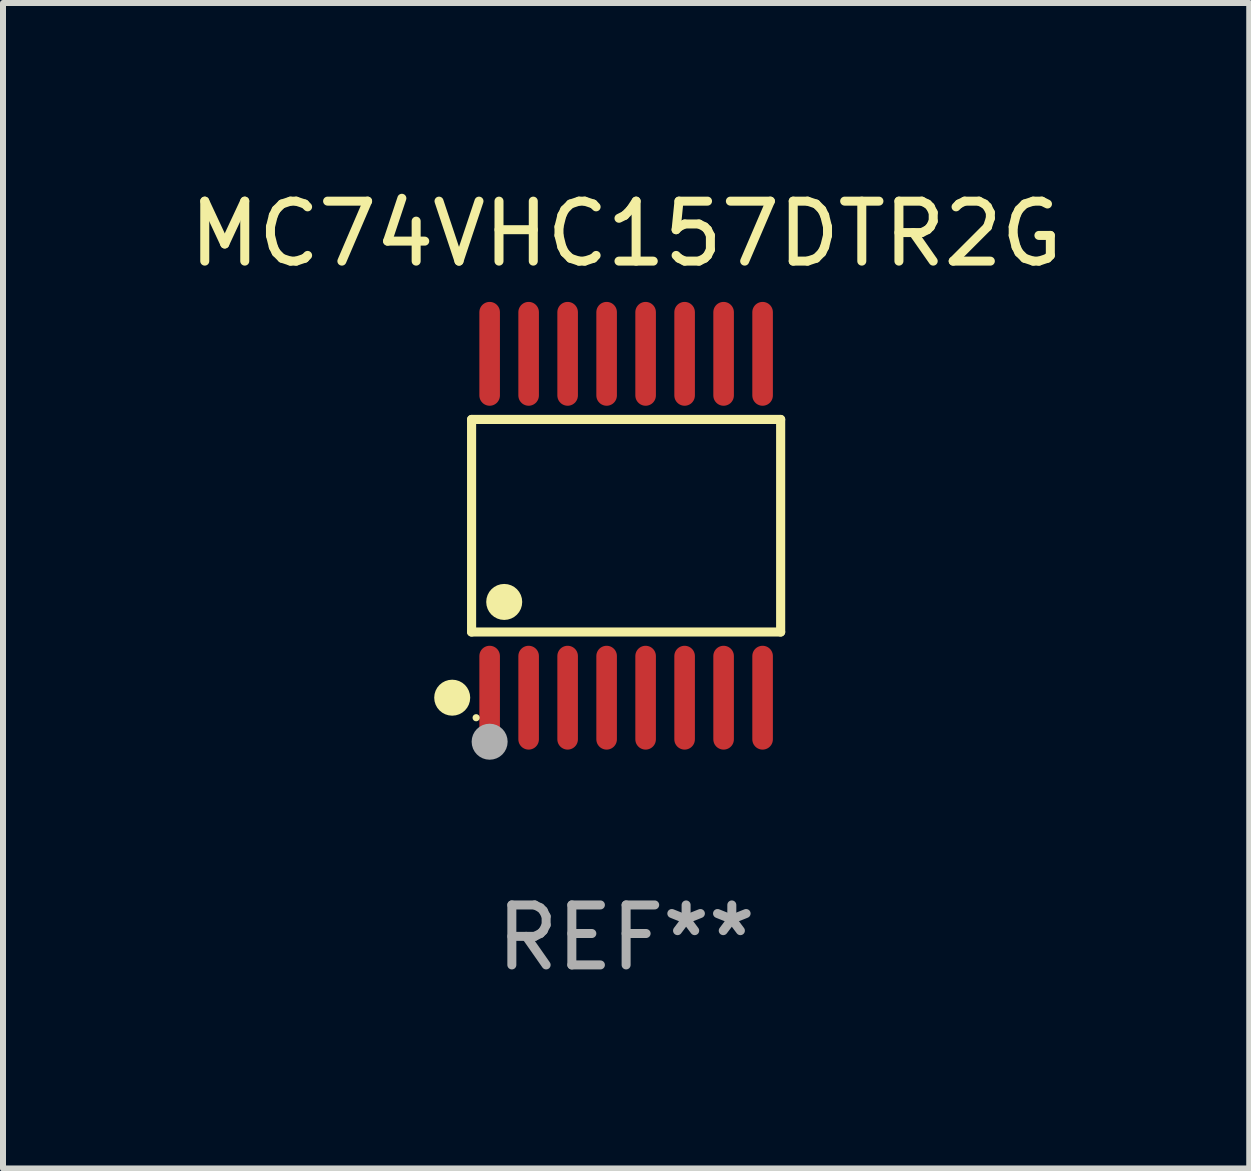
<source format=kicad_pcb>
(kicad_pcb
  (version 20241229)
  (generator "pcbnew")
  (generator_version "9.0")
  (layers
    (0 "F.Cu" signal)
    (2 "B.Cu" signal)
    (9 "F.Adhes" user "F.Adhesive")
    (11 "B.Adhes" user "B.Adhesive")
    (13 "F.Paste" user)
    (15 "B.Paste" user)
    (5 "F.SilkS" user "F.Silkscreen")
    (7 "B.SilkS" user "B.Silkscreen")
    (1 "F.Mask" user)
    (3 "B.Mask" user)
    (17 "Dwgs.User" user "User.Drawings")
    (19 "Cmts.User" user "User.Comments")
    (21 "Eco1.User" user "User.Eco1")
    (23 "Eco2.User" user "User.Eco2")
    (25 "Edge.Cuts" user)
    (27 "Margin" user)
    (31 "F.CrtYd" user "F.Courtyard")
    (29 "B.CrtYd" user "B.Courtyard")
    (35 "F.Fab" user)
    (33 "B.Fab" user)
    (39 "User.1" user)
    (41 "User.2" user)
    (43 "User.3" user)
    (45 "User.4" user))
  (footprint "MC74VHC157DTR2G"
    (layer "F.Cu")
    (at 7.387 5.714)
    (property "Reference" "MC74VHC157DTR2G" (at 0 -4.866 0) (layer "F.SilkS") (effects (font (size 1 1) (thickness 0.15))))
    (attr through_hole)
    (fp_line (start -2.576 -1.772) (end 2.576 -1.772) (stroke (width 0.152) (type solid)) (layer "F.SilkS"))
    (fp_line (start -2.576 1.771) (end -2.576 -1.772) (stroke (width 0.152) (type solid)) (layer "F.SilkS"))
    (fp_line (start 2.576 -1.772) (end 2.576 1.771) (stroke (width 0.152) (type solid)) (layer "F.SilkS"))
    (fp_line (start 2.576 1.771) (end -2.576 1.771) (stroke (width 0.152) (type solid)) (layer "F.SilkS"))
    (fp_circle (center -2.899 2.866) (end -2.749 2.866) (stroke (width 0.3) (type solid)) (fill no) (layer "F.SilkS"))
    (fp_circle (center -2.5 3.2) (end -2.47 3.2) (stroke (width 0.06) (type solid)) (fill no) (layer "F.SilkS"))
    (fp_circle (center -2.032 1.27) (end -1.882 1.27) (stroke (width 0.3) (type solid)) (fill no) (layer "F.SilkS"))
    (fp_circle (center -2.275 3.6) (end -2.125 3.6) (stroke (width 0.3) (type solid)) (fill no) (layer "F.Fab"))
    (fp_text user "REF**" (at 0 6.866 0) (layer "F.Fab") (effects (font (size 1 1) (thickness 0.15))))
    (pad "1" smd oval (at -2.275 2.866) (size 0.343 1.731) (layers "F.Cu" "F.Mask" "F.Paste"))
    (pad "2" smd oval (at -1.625 2.866) (size 0.343 1.731) (layers "F.Cu" "F.Mask" "F.Paste"))
    (pad "3" smd oval (at -0.975 2.866) (size 0.343 1.731) (layers "F.Cu" "F.Mask" "F.Paste"))
    (pad "4" smd oval (at -0.325 2.866) (size 0.343 1.731) (layers "F.Cu" "F.Mask" "F.Paste"))
    (pad "5" smd oval (at 0.325 2.866) (size 0.343 1.731) (layers "F.Cu" "F.Mask" "F.Paste"))
    (pad "6" smd oval (at 0.975 2.866) (size 0.343 1.731) (layers "F.Cu" "F.Mask" "F.Paste"))
    (pad "7" smd oval (at 1.625 2.866) (size 0.343 1.731) (layers "F.Cu" "F.Mask" "F.Paste"))
    (pad "8" smd oval (at 2.275 2.866) (size 0.343 1.731) (layers "F.Cu" "F.Mask" "F.Paste"))
    (pad "9" smd oval (at 2.275 -2.866) (size 0.343 1.731) (layers "F.Cu" "F.Mask" "F.Paste"))
    (pad "10" smd oval (at 1.625 -2.866) (size 0.343 1.731) (layers "F.Cu" "F.Mask" "F.Paste"))
    (pad "11" smd oval (at 0.975 -2.866) (size 0.343 1.731) (layers "F.Cu" "F.Mask" "F.Paste"))
    (pad "12" smd oval (at 0.325 -2.866) (size 0.343 1.731) (layers "F.Cu" "F.Mask" "F.Paste"))
    (pad "13" smd oval (at -0.325 -2.866) (size 0.343 1.731) (layers "F.Cu" "F.Mask" "F.Paste"))
    (pad "14" smd oval (at -0.975 -2.866) (size 0.343 1.731) (layers "F.Cu" "F.Mask" "F.Paste"))
    (pad "15" smd oval (at -1.625 -2.866) (size 0.343 1.731) (layers "F.Cu" "F.Mask" "F.Paste"))
    (pad "16" smd oval (at -2.275 -2.866) (size 0.343 1.731) (layers "F.Cu" "F.Mask" "F.Paste")))
  (gr_rect
    (start -3 -3)
    (end 17.774 16.428)
    (stroke (width 0.1) (type default))
    (fill no)
    (layer "Edge.Cuts")))
</source>
